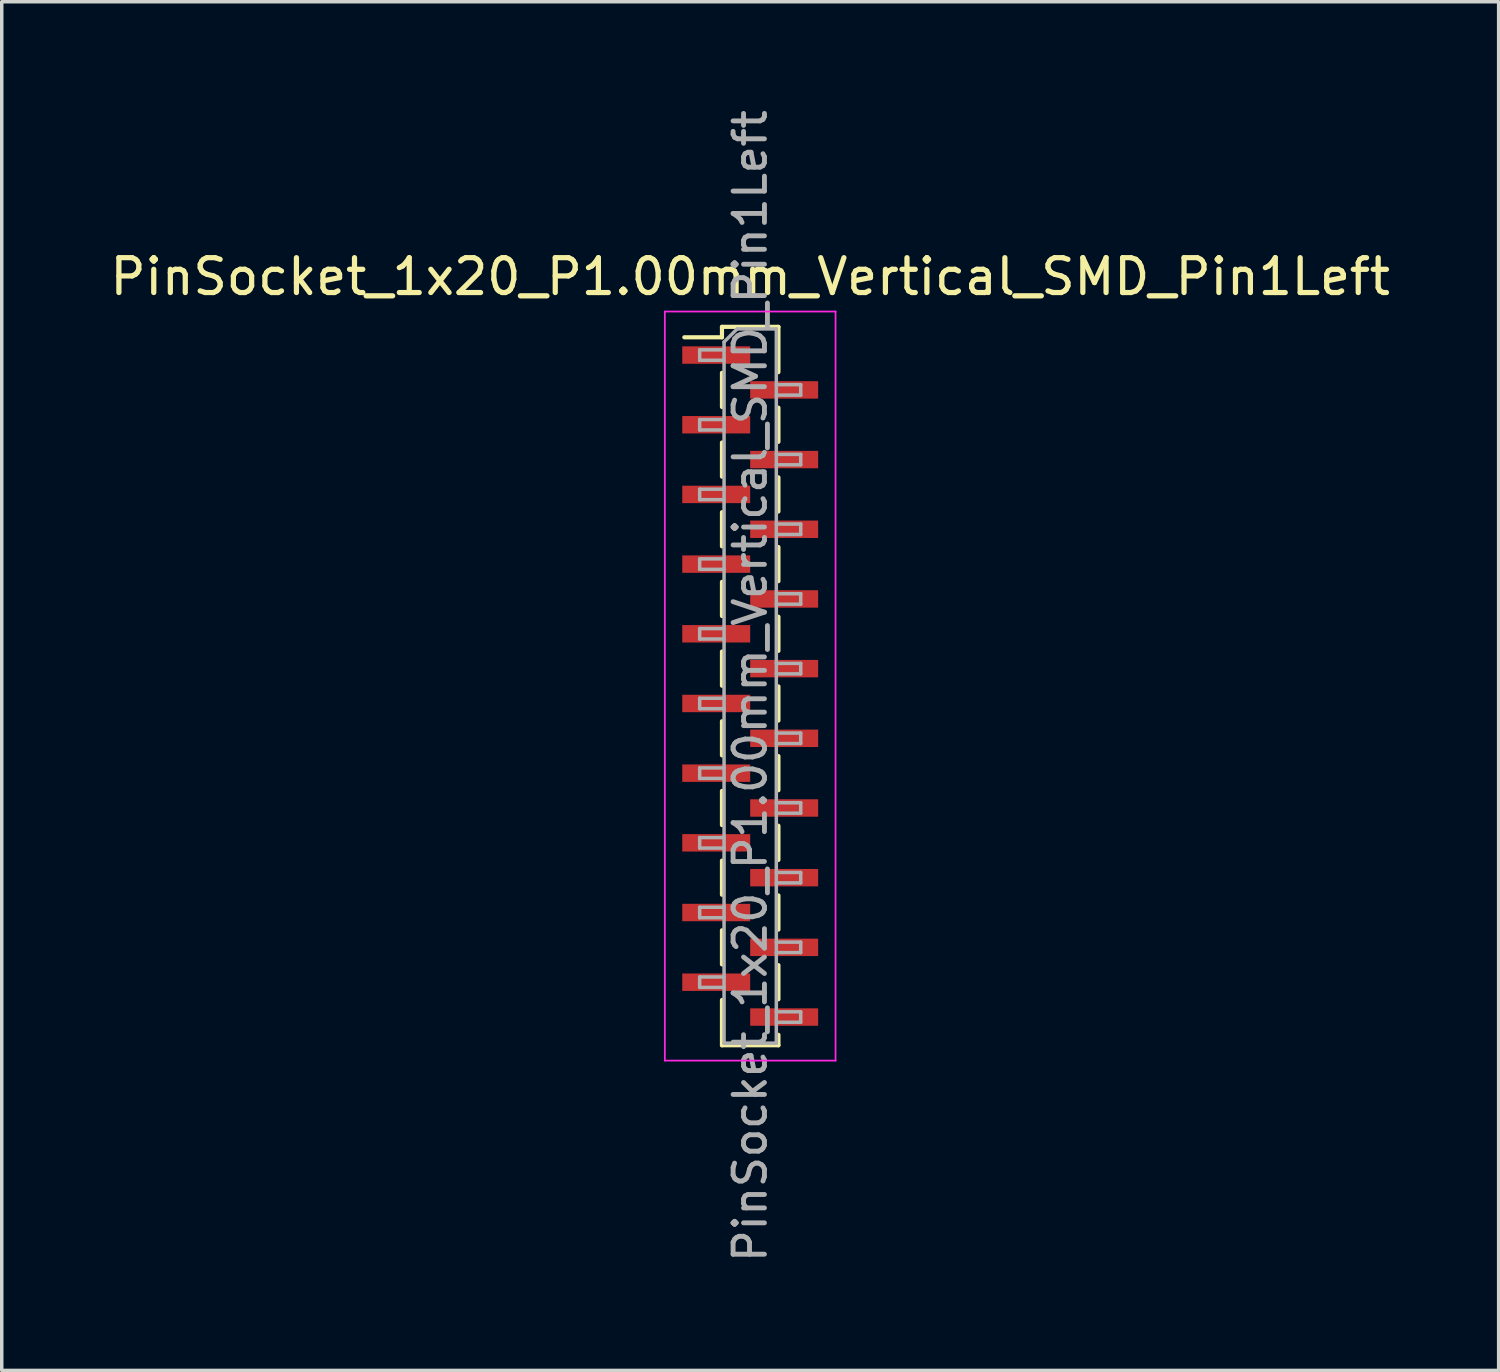
<source format=kicad_pcb>
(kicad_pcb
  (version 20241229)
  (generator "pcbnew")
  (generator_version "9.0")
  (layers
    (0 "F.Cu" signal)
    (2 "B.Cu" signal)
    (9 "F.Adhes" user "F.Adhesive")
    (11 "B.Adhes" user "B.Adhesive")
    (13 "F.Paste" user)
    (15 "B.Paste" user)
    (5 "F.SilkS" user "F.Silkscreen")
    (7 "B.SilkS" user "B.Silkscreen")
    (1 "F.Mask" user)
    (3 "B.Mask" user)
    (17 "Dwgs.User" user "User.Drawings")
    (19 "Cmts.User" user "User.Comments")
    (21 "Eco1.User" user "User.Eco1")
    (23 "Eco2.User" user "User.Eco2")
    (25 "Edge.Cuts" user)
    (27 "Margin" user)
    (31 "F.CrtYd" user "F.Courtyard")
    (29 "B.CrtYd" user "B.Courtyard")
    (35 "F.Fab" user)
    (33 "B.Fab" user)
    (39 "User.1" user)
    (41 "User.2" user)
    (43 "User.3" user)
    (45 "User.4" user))
  (footprint "PinSocket_1x20_P1.00mm_Vertical_SMD_Pin1Left"
    (layer "F.Cu")
    (at 18.482 16.641)
    (property "Reference" "PinSocket_1x20_P1.00mm_Vertical_SMD_Pin1Left" (at 0 -11.75 0) (layer "F.SilkS") (effects (font (size 1 1) (thickness 0.15))))
    (attr smd)
    (fp_line (start -1.89 -10.01) (end -0.81 -10.01) (stroke (width 0.12) (type solid)) (layer "F.SilkS"))
    (fp_line (start -0.81 -10.31) (end -0.81 -10.01) (stroke (width 0.12) (type solid)) (layer "F.SilkS"))
    (fp_line (start -0.81 -10.31) (end 0.81 -10.31) (stroke (width 0.12) (type solid)) (layer "F.SilkS"))
    (fp_line (start -0.81 -8.99) (end -0.81 -8.01) (stroke (width 0.12) (type solid)) (layer "F.SilkS"))
    (fp_line (start -0.81 -6.99) (end -0.81 -6.01) (stroke (width 0.12) (type solid)) (layer "F.SilkS"))
    (fp_line (start -0.81 -4.99) (end -0.81 -4.01) (stroke (width 0.12) (type solid)) (layer "F.SilkS"))
    (fp_line (start -0.81 -2.99) (end -0.81 -2.01) (stroke (width 0.12) (type solid)) (layer "F.SilkS"))
    (fp_line (start -0.81 -0.99) (end -0.81 -0.01) (stroke (width 0.12) (type solid)) (layer "F.SilkS"))
    (fp_line (start -0.81 1.01) (end -0.81 1.99) (stroke (width 0.12) (type solid)) (layer "F.SilkS"))
    (fp_line (start -0.81 3.01) (end -0.81 3.99) (stroke (width 0.12) (type solid)) (layer "F.SilkS"))
    (fp_line (start -0.81 5.01) (end -0.81 5.99) (stroke (width 0.12) (type solid)) (layer "F.SilkS"))
    (fp_line (start -0.81 7.01) (end -0.81 7.99) (stroke (width 0.12) (type solid)) (layer "F.SilkS"))
    (fp_line (start -0.81 9.01) (end -0.81 10.31) (stroke (width 0.12) (type solid)) (layer "F.SilkS"))
    (fp_line (start -0.81 10.31) (end 0.81 10.31) (stroke (width 0.12) (type solid)) (layer "F.SilkS"))
    (fp_line (start 0.81 -10.31) (end 0.81 -9.01) (stroke (width 0.12) (type solid)) (layer "F.SilkS"))
    (fp_line (start 0.81 -7.99) (end 0.81 -7.01) (stroke (width 0.12) (type solid)) (layer "F.SilkS"))
    (fp_line (start 0.81 -5.99) (end 0.81 -5.01) (stroke (width 0.12) (type solid)) (layer "F.SilkS"))
    (fp_line (start 0.81 -3.99) (end 0.81 -3.01) (stroke (width 0.12) (type solid)) (layer "F.SilkS"))
    (fp_line (start 0.81 -1.99) (end 0.81 -1.01) (stroke (width 0.12) (type solid)) (layer "F.SilkS"))
    (fp_line (start 0.81 0.01) (end 0.81 0.99) (stroke (width 0.12) (type solid)) (layer "F.SilkS"))
    (fp_line (start 0.81 2.01) (end 0.81 2.99) (stroke (width 0.12) (type solid)) (layer "F.SilkS"))
    (fp_line (start 0.81 4.01) (end 0.81 4.99) (stroke (width 0.12) (type solid)) (layer "F.SilkS"))
    (fp_line (start 0.81 6.01) (end 0.81 6.99) (stroke (width 0.12) (type solid)) (layer "F.SilkS"))
    (fp_line (start 0.81 8.01) (end 0.81 8.99) (stroke (width 0.12) (type solid)) (layer "F.SilkS"))
    (fp_line (start 0.81 10.01) (end 0.81 10.31) (stroke (width 0.12) (type solid)) (layer "F.SilkS"))
    (fp_line (start -2.45 -10.75) (end 2.45 -10.75) (stroke (width 0.05) (type solid)) (layer "F.CrtYd"))
    (fp_line (start -2.45 10.75) (end -2.45 -10.75) (stroke (width 0.05) (type solid)) (layer "F.CrtYd"))
    (fp_line (start 2.45 -10.75) (end 2.45 10.75) (stroke (width 0.05) (type solid)) (layer "F.CrtYd"))
    (fp_line (start 2.45 10.75) (end -2.45 10.75) (stroke (width 0.05) (type solid)) (layer "F.CrtYd"))
    (fp_line (start -1.45 -9.65) (end -0.75 -9.65) (stroke (width 0.1) (type solid)) (layer "F.Fab"))
    (fp_line (start -1.45 -9.35) (end -1.45 -9.65) (stroke (width 0.1) (type solid)) (layer "F.Fab"))
    (fp_line (start -1.45 -7.65) (end -0.75 -7.65) (stroke (width 0.1) (type solid)) (layer "F.Fab"))
    (fp_line (start -1.45 -7.35) (end -1.45 -7.65) (stroke (width 0.1) (type solid)) (layer "F.Fab"))
    (fp_line (start -1.45 -5.65) (end -0.75 -5.65) (stroke (width 0.1) (type solid)) (layer "F.Fab"))
    (fp_line (start -1.45 -5.35) (end -1.45 -5.65) (stroke (width 0.1) (type solid)) (layer "F.Fab"))
    (fp_line (start -1.45 -3.65) (end -0.75 -3.65) (stroke (width 0.1) (type solid)) (layer "F.Fab"))
    (fp_line (start -1.45 -3.35) (end -1.45 -3.65) (stroke (width 0.1) (type solid)) (layer "F.Fab"))
    (fp_line (start -1.45 -1.65) (end -0.75 -1.65) (stroke (width 0.1) (type solid)) (layer "F.Fab"))
    (fp_line (start -1.45 -1.35) (end -1.45 -1.65) (stroke (width 0.1) (type solid)) (layer "F.Fab"))
    (fp_line (start -1.45 0.35) (end -0.75 0.35) (stroke (width 0.1) (type solid)) (layer "F.Fab"))
    (fp_line (start -1.45 0.65) (end -1.45 0.35) (stroke (width 0.1) (type solid)) (layer "F.Fab"))
    (fp_line (start -1.45 2.35) (end -0.75 2.35) (stroke (width 0.1) (type solid)) (layer "F.Fab"))
    (fp_line (start -1.45 2.65) (end -1.45 2.35) (stroke (width 0.1) (type solid)) (layer "F.Fab"))
    (fp_line (start -1.45 4.35) (end -0.75 4.35) (stroke (width 0.1) (type solid)) (layer "F.Fab"))
    (fp_line (start -1.45 4.65) (end -1.45 4.35) (stroke (width 0.1) (type solid)) (layer "F.Fab"))
    (fp_line (start -1.45 6.35) (end -0.75 6.35) (stroke (width 0.1) (type solid)) (layer "F.Fab"))
    (fp_line (start -1.45 6.65) (end -1.45 6.35) (stroke (width 0.1) (type solid)) (layer "F.Fab"))
    (fp_line (start -1.45 8.35) (end -0.75 8.35) (stroke (width 0.1) (type solid)) (layer "F.Fab"))
    (fp_line (start -1.45 8.65) (end -1.45 8.35) (stroke (width 0.1) (type solid)) (layer "F.Fab"))
    (fp_line (start -0.75 -9.875) (end -0.375 -10.25) (stroke (width 0.1) (type solid)) (layer "F.Fab"))
    (fp_line (start -0.75 -9.35) (end -1.45 -9.35) (stroke (width 0.1) (type solid)) (layer "F.Fab"))
    (fp_line (start -0.75 -7.35) (end -1.45 -7.35) (stroke (width 0.1) (type solid)) (layer "F.Fab"))
    (fp_line (start -0.75 -5.35) (end -1.45 -5.35) (stroke (width 0.1) (type solid)) (layer "F.Fab"))
    (fp_line (start -0.75 -3.35) (end -1.45 -3.35) (stroke (width 0.1) (type solid)) (layer "F.Fab"))
    (fp_line (start -0.75 -1.35) (end -1.45 -1.35) (stroke (width 0.1) (type solid)) (layer "F.Fab"))
    (fp_line (start -0.75 0.65) (end -1.45 0.65) (stroke (width 0.1) (type solid)) (layer "F.Fab"))
    (fp_line (start -0.75 2.65) (end -1.45 2.65) (stroke (width 0.1) (type solid)) (layer "F.Fab"))
    (fp_line (start -0.75 4.65) (end -1.45 4.65) (stroke (width 0.1) (type solid)) (layer "F.Fab"))
    (fp_line (start -0.75 6.65) (end -1.45 6.65) (stroke (width 0.1) (type solid)) (layer "F.Fab"))
    (fp_line (start -0.75 8.65) (end -1.45 8.65) (stroke (width 0.1) (type solid)) (layer "F.Fab"))
    (fp_line (start -0.75 10.25) (end -0.75 -9.875) (stroke (width 0.1) (type solid)) (layer "F.Fab"))
    (fp_line (start -0.375 -10.25) (end 0.75 -10.25) (stroke (width 0.1) (type solid)) (layer "F.Fab"))
    (fp_line (start 0.75 -10.25) (end 0.75 10.25) (stroke (width 0.1) (type solid)) (layer "F.Fab"))
    (fp_line (start 0.75 -8.65) (end 1.45 -8.65) (stroke (width 0.1) (type solid)) (layer "F.Fab"))
    (fp_line (start 0.75 -6.65) (end 1.45 -6.65) (stroke (width 0.1) (type solid)) (layer "F.Fab"))
    (fp_line (start 0.75 -4.65) (end 1.45 -4.65) (stroke (width 0.1) (type solid)) (layer "F.Fab"))
    (fp_line (start 0.75 -2.65) (end 1.45 -2.65) (stroke (width 0.1) (type solid)) (layer "F.Fab"))
    (fp_line (start 0.75 -0.65) (end 1.45 -0.65) (stroke (width 0.1) (type solid)) (layer "F.Fab"))
    (fp_line (start 0.75 1.35) (end 1.45 1.35) (stroke (width 0.1) (type solid)) (layer "F.Fab"))
    (fp_line (start 0.75 3.35) (end 1.45 3.35) (stroke (width 0.1) (type solid)) (layer "F.Fab"))
    (fp_line (start 0.75 5.35) (end 1.45 5.35) (stroke (width 0.1) (type solid)) (layer "F.Fab"))
    (fp_line (start 0.75 7.35) (end 1.45 7.35) (stroke (width 0.1) (type solid)) (layer "F.Fab"))
    (fp_line (start 0.75 9.35) (end 1.45 9.35) (stroke (width 0.1) (type solid)) (layer "F.Fab"))
    (fp_line (start 0.75 10.25) (end -0.75 10.25) (stroke (width 0.1) (type solid)) (layer "F.Fab"))
    (fp_line (start 1.45 -8.65) (end 1.45 -8.35) (stroke (width 0.1) (type solid)) (layer "F.Fab"))
    (fp_line (start 1.45 -8.35) (end 0.75 -8.35) (stroke (width 0.1) (type solid)) (layer "F.Fab"))
    (fp_line (start 1.45 -6.65) (end 1.45 -6.35) (stroke (width 0.1) (type solid)) (layer "F.Fab"))
    (fp_line (start 1.45 -6.35) (end 0.75 -6.35) (stroke (width 0.1) (type solid)) (layer "F.Fab"))
    (fp_line (start 1.45 -4.65) (end 1.45 -4.35) (stroke (width 0.1) (type solid)) (layer "F.Fab"))
    (fp_line (start 1.45 -4.35) (end 0.75 -4.35) (stroke (width 0.1) (type solid)) (layer "F.Fab"))
    (fp_line (start 1.45 -2.65) (end 1.45 -2.35) (stroke (width 0.1) (type solid)) (layer "F.Fab"))
    (fp_line (start 1.45 -2.35) (end 0.75 -2.35) (stroke (width 0.1) (type solid)) (layer "F.Fab"))
    (fp_line (start 1.45 -0.65) (end 1.45 -0.35) (stroke (width 0.1) (type solid)) (layer "F.Fab"))
    (fp_line (start 1.45 -0.35) (end 0.75 -0.35) (stroke (width 0.1) (type solid)) (layer "F.Fab"))
    (fp_line (start 1.45 1.35) (end 1.45 1.65) (stroke (width 0.1) (type solid)) (layer "F.Fab"))
    (fp_line (start 1.45 1.65) (end 0.75 1.65) (stroke (width 0.1) (type solid)) (layer "F.Fab"))
    (fp_line (start 1.45 3.35) (end 1.45 3.65) (stroke (width 0.1) (type solid)) (layer "F.Fab"))
    (fp_line (start 1.45 3.65) (end 0.75 3.65) (stroke (width 0.1) (type solid)) (layer "F.Fab"))
    (fp_line (start 1.45 5.35) (end 1.45 5.65) (stroke (width 0.1) (type solid)) (layer "F.Fab"))
    (fp_line (start 1.45 5.65) (end 0.75 5.65) (stroke (width 0.1) (type solid)) (layer "F.Fab"))
    (fp_line (start 1.45 7.35) (end 1.45 7.65) (stroke (width 0.1) (type solid)) (layer "F.Fab"))
    (fp_line (start 1.45 7.65) (end 0.75 7.65) (stroke (width 0.1) (type solid)) (layer "F.Fab"))
    (fp_line (start 1.45 9.35) (end 1.45 9.65) (stroke (width 0.1) (type solid)) (layer "F.Fab"))
    (fp_line (start 1.45 9.65) (end 0.75 9.65) (stroke (width 0.1) (type solid)) (layer "F.Fab"))
    (fp_text user "${REFERENCE}" (at 0 0 90) (layer "F.Fab") (effects (font (size 0.9 0.9) (thickness 0.14))))
    (pad "1" smd rect (at -0.975 -9.5) (size 1.95 0.5) (layers "F.Cu" "F.Mask" "F.Paste"))
    (pad "2" smd rect (at 0.975 -8.5) (size 1.95 0.5) (layers "F.Cu" "F.Mask" "F.Paste"))
    (pad "3" smd rect (at -0.975 -7.5) (size 1.95 0.5) (layers "F.Cu" "F.Mask" "F.Paste"))
    (pad "4" smd rect (at 0.975 -6.5) (size 1.95 0.5) (layers "F.Cu" "F.Mask" "F.Paste"))
    (pad "5" smd rect (at -0.975 -5.5) (size 1.95 0.5) (layers "F.Cu" "F.Mask" "F.Paste"))
    (pad "6" smd rect (at 0.975 -4.5) (size 1.95 0.5) (layers "F.Cu" "F.Mask" "F.Paste"))
    (pad "7" smd rect (at -0.975 -3.5) (size 1.95 0.5) (layers "F.Cu" "F.Mask" "F.Paste"))
    (pad "8" smd rect (at 0.975 -2.5) (size 1.95 0.5) (layers "F.Cu" "F.Mask" "F.Paste"))
    (pad "9" smd rect (at -0.975 -1.5) (size 1.95 0.5) (layers "F.Cu" "F.Mask" "F.Paste"))
    (pad "10" smd rect (at 0.975 -0.5) (size 1.95 0.5) (layers "F.Cu" "F.Mask" "F.Paste"))
    (pad "11" smd rect (at -0.975 0.5) (size 1.95 0.5) (layers "F.Cu" "F.Mask" "F.Paste"))
    (pad "12" smd rect (at 0.975 1.5) (size 1.95 0.5) (layers "F.Cu" "F.Mask" "F.Paste"))
    (pad "13" smd rect (at -0.975 2.5) (size 1.95 0.5) (layers "F.Cu" "F.Mask" "F.Paste"))
    (pad "14" smd rect (at 0.975 3.5) (size 1.95 0.5) (layers "F.Cu" "F.Mask" "F.Paste"))
    (pad "15" smd rect (at -0.975 4.5) (size 1.95 0.5) (layers "F.Cu" "F.Mask" "F.Paste"))
    (pad "16" smd rect (at 0.975 5.5) (size 1.95 0.5) (layers "F.Cu" "F.Mask" "F.Paste"))
    (pad "17" smd rect (at -0.975 6.5) (size 1.95 0.5) (layers "F.Cu" "F.Mask" "F.Paste"))
    (pad "18" smd rect (at 0.975 7.5) (size 1.95 0.5) (layers "F.Cu" "F.Mask" "F.Paste"))
    (pad "19" smd rect (at -0.975 8.5) (size 1.95 0.5) (layers "F.Cu" "F.Mask" "F.Paste"))
    (pad "20" smd rect (at 0.975 9.5) (size 1.95 0.5) (layers "F.Cu" "F.Mask" "F.Paste")))
  (gr_rect
    (start -3 -3)
    (end 39.964 36.283)
    (stroke (width 0.1) (type default))
    (fill no)
    (layer "Edge.Cuts")))
</source>
